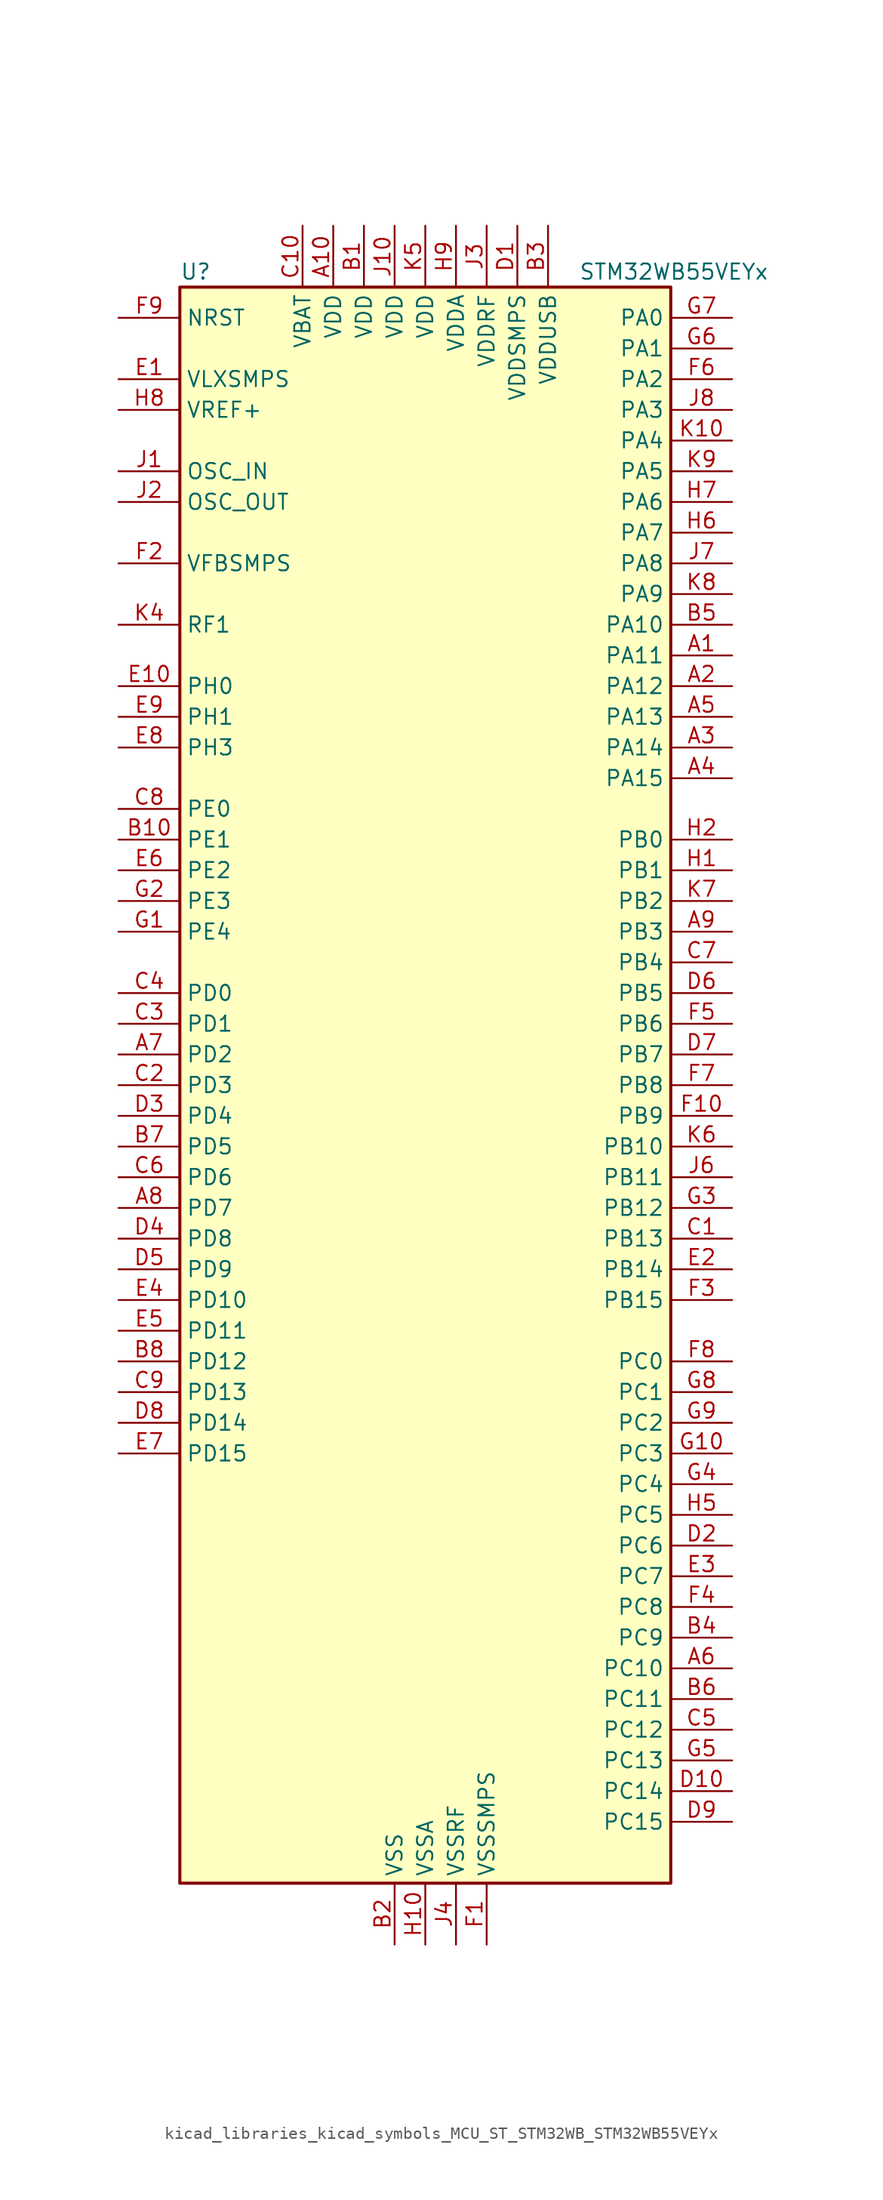
<source format=kicad_sym>
(kicad_symbol_lib
  (version 20220914)
  (generator kicad_symbol_editor)
  (symbol "kicad_libraries_kicad_symbols_MCU_ST_STM32WB_STM32WB55VEYx"
    (property "Reference" "U"
      (at -20.32 67.31 0)
      (effects (font (size 1.27 1.27)) (justify left)))
    (property "Value" "STM32WB55VEYx"
      (at 12.7 67.31 0)
      (effects (font (size 1.27 1.27)) (justify left)))
    (property "ki_locked" ""
      (at 0 0 0)
      (effects (font (size 1.27 1.27))))
    (symbol "kicad_libraries_kicad_symbols_MCU_ST_STM32WB_STM32WB55VEYx_0_1"
      (rectangle (start -20.32 -66.04) (end 20.32 66.04) (stroke (width 0.254) (type default)) (fill (type background))))
    (symbol "kicad_libraries_kicad_symbols_MCU_ST_STM32WB_STM32WB55VEYx_1_1"
      (pin bidirectional line (at 25.4 35.56 180) (length 5.08) (name "PA11" (effects (font (size 1.27 1.27)))) (number "A1" (effects (font (size 1.27 1.27)))) (alternate "ADC1_EXTI11" bidirectional line) (alternate "SPI1_MISO" bidirectional line) (alternate "TIM1_BKIN2" bidirectional line) (alternate "TIM1_CH4" bidirectional line) (alternate "USART1_CTS" bidirectional line) (alternate "USART1_NSS" bidirectional line) (alternate "USB_DM" bidirectional line))
      (pin power_in line (at -7.62 71.12 270) (length 5.08) (name "VDD" (effects (font (size 1.27 1.27)))) (number "A10" (effects (font (size 1.27 1.27)))))
      (pin bidirectional line (at 25.4 33.02 180) (length 5.08) (name "PA12" (effects (font (size 1.27 1.27)))) (number "A2" (effects (font (size 1.27 1.27)))) (alternate "LPUART1_RX" bidirectional line) (alternate "SPI1_MOSI" bidirectional line) (alternate "TIM1_ETR" bidirectional line) (alternate "USART1_DE" bidirectional line) (alternate "USART1_RTS" bidirectional line) (alternate "USB_DP" bidirectional line))
      (pin bidirectional line (at 25.4 27.94 180) (length 5.08) (name "PA14" (effects (font (size 1.27 1.27)))) (number "A3" (effects (font (size 1.27 1.27)))) (alternate "I2C1_SMBA" bidirectional line) (alternate "LCD_SEG5" bidirectional line) (alternate "LPTIM1_OUT" bidirectional line) (alternate "SAI1_FS_B" bidirectional line) (alternate "SYS_JTCK-SWCLK" bidirectional line))
      (pin bidirectional line (at 25.4 25.4 180) (length 5.08) (name "PA15" (effects (font (size 1.27 1.27)))) (number "A4" (effects (font (size 1.27 1.27)))) (alternate "ADC1_EXTI15" bidirectional line) (alternate "LCD_SEG17" bidirectional line) (alternate "RCC_MCO" bidirectional line) (alternate "SPI1_NSS" bidirectional line) (alternate "SYS_JTDI" bidirectional line) (alternate "TIM2_CH1" bidirectional line) (alternate "TIM2_ETR" bidirectional line) (alternate "TSC_G3_IO1" bidirectional line))
      (pin bidirectional line (at 25.4 30.48 180) (length 5.08) (name "PA13" (effects (font (size 1.27 1.27)))) (number "A5" (effects (font (size 1.27 1.27)))) (alternate "IR_OUT" bidirectional line) (alternate "SAI1_SD_B" bidirectional line) (alternate "SYS_JTMS-SWDIO" bidirectional line) (alternate "USB_NOE" bidirectional line))
      (pin bidirectional line (at 25.4 -48.26 180) (length 5.08) (name "PC10" (effects (font (size 1.27 1.27)))) (number "A6" (effects (font (size 1.27 1.27)))) (alternate "LCD_COM4" bidirectional line) (alternate "LCD_SEG28" bidirectional line) (alternate "LCD_SEG40" bidirectional line) (alternate "SYS_TRACED1" bidirectional line) (alternate "TSC_G3_IO2" bidirectional line))
      (pin bidirectional line (at -25.4 2.54 0) (length 5.08) (name "PD2" (effects (font (size 1.27 1.27)))) (number "A7" (effects (font (size 1.27 1.27)))) (alternate "LCD_COM7" bidirectional line) (alternate "LCD_SEG31" bidirectional line) (alternate "LCD_SEG43" bidirectional line) (alternate "SYS_TRACED2" bidirectional line) (alternate "TSC_SYNC" bidirectional line))
      (pin bidirectional line (at -25.4 -10.16 0) (length 5.08) (name "PD7" (effects (font (size 1.27 1.27)))) (number "A8" (effects (font (size 1.27 1.27)))) (alternate "LCD_SEG39" bidirectional line) (alternate "QUADSPI_BK1_IO3" bidirectional line) (alternate "TSC_G5_IO4" bidirectional line))
      (pin bidirectional line (at 25.4 12.7 180) (length 5.08) (name "PB3" (effects (font (size 1.27 1.27)))) (number "A9" (effects (font (size 1.27 1.27)))) (alternate "COMP2_INM" bidirectional line) (alternate "LCD_SEG7" bidirectional line) (alternate "SAI1_SCK_B" bidirectional line) (alternate "SPI1_SCK" bidirectional line) (alternate "SYS_JTDO-SWO" bidirectional line) (alternate "TIM2_CH2" bidirectional line) (alternate "USART1_DE" bidirectional line) (alternate "USART1_RTS" bidirectional line))
      (pin power_in line (at -5.08 71.12 270) (length 5.08) (name "VDD" (effects (font (size 1.27 1.27)))) (number "B1" (effects (font (size 1.27 1.27)))))
      (pin bidirectional line (at -25.4 20.32 0) (length 5.08) (name "PE1" (effects (font (size 1.27 1.27)))) (number "B10" (effects (font (size 1.27 1.27)))) (alternate "LCD_SEG37" bidirectional line) (alternate "TIM17_CH1" bidirectional line) (alternate "TSC_G7_IO2" bidirectional line))
      (pin power_in line (at -2.54 -71.12 90) (length 5.08) (name "VSS" (effects (font (size 1.27 1.27)))) (number "B2" (effects (font (size 1.27 1.27)))))
      (pin power_in line (at 10.16 71.12 270) (length 5.08) (name "VDDUSB" (effects (font (size 1.27 1.27)))) (number "B3" (effects (font (size 1.27 1.27)))))
      (pin bidirectional line (at 25.4 -45.72 180) (length 5.08) (name "PC9" (effects (font (size 1.27 1.27)))) (number "B4" (effects (font (size 1.27 1.27)))) (alternate "LCD_SEG27" bidirectional line) (alternate "SAI1_SCK_B" bidirectional line) (alternate "TIM1_BKIN" bidirectional line) (alternate "TSC_G4_IO4" bidirectional line) (alternate "USB_NOE" bidirectional line))
      (pin bidirectional line (at 25.4 38.1 180) (length 5.08) (name "PA10" (effects (font (size 1.27 1.27)))) (number "B5" (effects (font (size 1.27 1.27)))) (alternate "CRS_SYNC" bidirectional line) (alternate "I2C1_SDA" bidirectional line) (alternate "LCD_COM2" bidirectional line) (alternate "SAI1_D1" bidirectional line) (alternate "SAI1_SD_A" bidirectional line) (alternate "TIM17_BKIN" bidirectional line) (alternate "TIM1_CH3" bidirectional line) (alternate "USART1_RX" bidirectional line))
      (pin bidirectional line (at 25.4 -50.8 180) (length 5.08) (name "PC11" (effects (font (size 1.27 1.27)))) (number "B6" (effects (font (size 1.27 1.27)))) (alternate "ADC1_EXTI11" bidirectional line) (alternate "LCD_COM5" bidirectional line) (alternate "LCD_SEG29" bidirectional line) (alternate "LCD_SEG41" bidirectional line) (alternate "TSC_G3_IO3" bidirectional line))
      (pin bidirectional line (at -25.4 -5.08 0) (length 5.08) (name "PD5" (effects (font (size 1.27 1.27)))) (number "B7" (effects (font (size 1.27 1.27)))) (alternate "QUADSPI_BK1_IO1" bidirectional line) (alternate "SAI1_MCLK_B" bidirectional line) (alternate "TSC_G5_IO2" bidirectional line))
      (pin bidirectional line (at -25.4 -22.86 0) (length 5.08) (name "PD12" (effects (font (size 1.27 1.27)))) (number "B8" (effects (font (size 1.27 1.27)))) (alternate "LCD_SEG32" bidirectional line) (alternate "LPTIM2_IN1" bidirectional line) (alternate "TSC_G6_IO3" bidirectional line))
      (pin passive line (at -2.54 -71.12 90) (length 5.08) hide (name "VSS" (effects (font (size 1.27 1.27)))) (number "B9" (effects (font (size 1.27 1.27)))))
      (pin bidirectional line (at 25.4 -12.7 180) (length 5.08) (name "PB13" (effects (font (size 1.27 1.27)))) (number "C1" (effects (font (size 1.27 1.27)))) (alternate "I2C3_SCL" bidirectional line) (alternate "LCD_SEG13" bidirectional line) (alternate "LPUART1_CTS" bidirectional line) (alternate "SAI1_SCK_A" bidirectional line) (alternate "SPI2_SCK" bidirectional line) (alternate "TIM1_CH1N" bidirectional line) (alternate "TSC_G1_IO2" bidirectional line))
      (pin power_in line (at -10.16 71.12 270) (length 5.08) (name "VBAT" (effects (font (size 1.27 1.27)))) (number "C10" (effects (font (size 1.27 1.27)))))
      (pin bidirectional line (at -25.4 0 0) (length 5.08) (name "PD3" (effects (font (size 1.27 1.27)))) (number "C2" (effects (font (size 1.27 1.27)))) (alternate "QUADSPI_BK1_NCS" bidirectional line) (alternate "SPI2_MISO" bidirectional line) (alternate "SPI2_SCK" bidirectional line))
      (pin bidirectional line (at -25.4 5.08 0) (length 5.08) (name "PD1" (effects (font (size 1.27 1.27)))) (number "C3" (effects (font (size 1.27 1.27)))) (alternate "SPI2_SCK" bidirectional line))
      (pin bidirectional line (at -25.4 7.62 0) (length 5.08) (name "PD0" (effects (font (size 1.27 1.27)))) (number "C4" (effects (font (size 1.27 1.27)))) (alternate "SPI2_NSS" bidirectional line))
      (pin bidirectional line (at 25.4 -53.34 180) (length 5.08) (name "PC12" (effects (font (size 1.27 1.27)))) (number "C5" (effects (font (size 1.27 1.27)))) (alternate "LCD_COM6" bidirectional line) (alternate "LCD_SEG30" bidirectional line) (alternate "LCD_SEG42" bidirectional line) (alternate "RCC_LSCO" bidirectional line) (alternate "RTC_TAMP3" bidirectional line) (alternate "SYS_TRACED3" bidirectional line) (alternate "SYS_WKUP3" bidirectional line) (alternate "TSC_G3_IO4" bidirectional line))
      (pin bidirectional line (at -25.4 -7.62 0) (length 5.08) (name "PD6" (effects (font (size 1.27 1.27)))) (number "C6" (effects (font (size 1.27 1.27)))) (alternate "QUADSPI_BK1_IO2" bidirectional line) (alternate "SAI1_D1" bidirectional line) (alternate "SAI1_SD_A" bidirectional line) (alternate "TSC_G5_IO3" bidirectional line))
      (pin bidirectional line (at 25.4 10.16 180) (length 5.08) (name "PB4" (effects (font (size 1.27 1.27)))) (number "C7" (effects (font (size 1.27 1.27)))) (alternate "COMP2_INP" bidirectional line) (alternate "I2C3_SDA" bidirectional line) (alternate "LCD_SEG8" bidirectional line) (alternate "SAI1_MCLK_B" bidirectional line) (alternate "SPI1_MISO" bidirectional line) (alternate "SYS_JTRST" bidirectional line) (alternate "TIM17_BKIN" bidirectional line) (alternate "TSC_G2_IO1" bidirectional line) (alternate "USART1_CTS" bidirectional line) (alternate "USART1_NSS" bidirectional line))
      (pin bidirectional line (at -25.4 22.86 0) (length 5.08) (name "PE0" (effects (font (size 1.27 1.27)))) (number "C8" (effects (font (size 1.27 1.27)))) (alternate "LCD_SEG36" bidirectional line) (alternate "TIM16_CH1" bidirectional line) (alternate "TIM1_ETR" bidirectional line) (alternate "TSC_G7_IO3" bidirectional line))
      (pin bidirectional line (at -25.4 -25.4 0) (length 5.08) (name "PD13" (effects (font (size 1.27 1.27)))) (number "C9" (effects (font (size 1.27 1.27)))) (alternate "LCD_SEG33" bidirectional line) (alternate "LPTIM2_OUT" bidirectional line) (alternate "TSC_G6_IO4" bidirectional line))
      (pin power_in line (at 7.62 71.12 270) (length 5.08) (name "VDDSMPS" (effects (font (size 1.27 1.27)))) (number "D1" (effects (font (size 1.27 1.27)))))
      (pin bidirectional line (at 25.4 -58.42 180) (length 5.08) (name "PC14" (effects (font (size 1.27 1.27)))) (number "D10" (effects (font (size 1.27 1.27)))) (alternate "RCC_OSC32_IN" bidirectional line))
      (pin bidirectional line (at 25.4 -38.1 180) (length 5.08) (name "PC6" (effects (font (size 1.27 1.27)))) (number "D2" (effects (font (size 1.27 1.27)))) (alternate "LCD_SEG24" bidirectional line) (alternate "TSC_G4_IO1" bidirectional line))
      (pin bidirectional line (at -25.4 -2.54 0) (length 5.08) (name "PD4" (effects (font (size 1.27 1.27)))) (number "D3" (effects (font (size 1.27 1.27)))) (alternate "QUADSPI_BK1_IO0" bidirectional line) (alternate "SPI2_MOSI" bidirectional line) (alternate "TSC_G5_IO1" bidirectional line))
      (pin bidirectional line (at -25.4 -12.7 0) (length 5.08) (name "PD8" (effects (font (size 1.27 1.27)))) (number "D4" (effects (font (size 1.27 1.27)))) (alternate "LCD_SEG28" bidirectional line) (alternate "TIM1_BKIN2" bidirectional line))
      (pin bidirectional line (at -25.4 -15.24 0) (length 5.08) (name "PD9" (effects (font (size 1.27 1.27)))) (number "D5" (effects (font (size 1.27 1.27)))) (alternate "LCD_SEG29" bidirectional line) (alternate "SYS_TRACED0" bidirectional line))
      (pin bidirectional line (at 25.4 7.62 180) (length 5.08) (name "PB5" (effects (font (size 1.27 1.27)))) (number "D6" (effects (font (size 1.27 1.27)))) (alternate "COMP2_OUT" bidirectional line) (alternate "I2C1_SMBA" bidirectional line) (alternate "LCD_SEG9" bidirectional line) (alternate "LPTIM1_IN1" bidirectional line) (alternate "LPUART1_TX" bidirectional line) (alternate "SAI1_SD_B" bidirectional line) (alternate "SPI1_MOSI" bidirectional line) (alternate "TIM16_BKIN" bidirectional line) (alternate "TSC_G2_IO2" bidirectional line) (alternate "USART1_CK" bidirectional line))
      (pin bidirectional line (at 25.4 2.54 180) (length 5.08) (name "PB7" (effects (font (size 1.27 1.27)))) (number "D7" (effects (font (size 1.27 1.27)))) (alternate "COMP2_INM" bidirectional line) (alternate "I2C1_SDA" bidirectional line) (alternate "LCD_SEG21" bidirectional line) (alternate "LPTIM1_IN2" bidirectional line) (alternate "SYS_PVD_IN" bidirectional line) (alternate "TIM17_CH1N" bidirectional line) (alternate "TIM1_BKIN" bidirectional line) (alternate "TSC_G2_IO4" bidirectional line) (alternate "USART1_RX" bidirectional line))
      (pin bidirectional line (at -25.4 -27.94 0) (length 5.08) (name "PD14" (effects (font (size 1.27 1.27)))) (number "D8" (effects (font (size 1.27 1.27)))) (alternate "LCD_SEG34" bidirectional line) (alternate "TIM1_CH1" bidirectional line))
      (pin bidirectional line (at 25.4 -60.96 180) (length 5.08) (name "PC15" (effects (font (size 1.27 1.27)))) (number "D9" (effects (font (size 1.27 1.27)))) (alternate "ADC1_EXTI15" bidirectional line) (alternate "RCC_OSC32_OUT" bidirectional line))
      (pin power_in line (at -25.4 58.42 0) (length 5.08) (name "VLXSMPS" (effects (font (size 1.27 1.27)))) (number "E1" (effects (font (size 1.27 1.27)))))
      (pin bidirectional line (at -25.4 33.02 0) (length 5.08) (name "PH0" (effects (font (size 1.27 1.27)))) (number "E10" (effects (font (size 1.27 1.27)))))
      (pin bidirectional line (at 25.4 -15.24 180) (length 5.08) (name "PB14" (effects (font (size 1.27 1.27)))) (number "E2" (effects (font (size 1.27 1.27)))) (alternate "I2C3_SDA" bidirectional line) (alternate "LCD_SEG14" bidirectional line) (alternate "SAI1_MCLK_A" bidirectional line) (alternate "SPI2_MISO" bidirectional line) (alternate "TIM1_CH2N" bidirectional line) (alternate "TSC_G1_IO3" bidirectional line))
      (pin bidirectional line (at 25.4 -40.64 180) (length 5.08) (name "PC7" (effects (font (size 1.27 1.27)))) (number "E3" (effects (font (size 1.27 1.27)))) (alternate "LCD_SEG25" bidirectional line) (alternate "TSC_G4_IO2" bidirectional line))
      (pin bidirectional line (at -25.4 -17.78 0) (length 5.08) (name "PD10" (effects (font (size 1.27 1.27)))) (number "E4" (effects (font (size 1.27 1.27)))) (alternate "LCD_SEG30" bidirectional line) (alternate "SYS_TRIG_INOUT" bidirectional line) (alternate "TSC_G6_IO1" bidirectional line))
      (pin bidirectional line (at -25.4 -20.32 0) (length 5.08) (name "PD11" (effects (font (size 1.27 1.27)))) (number "E5" (effects (font (size 1.27 1.27)))) (alternate "ADC1_EXTI11" bidirectional line) (alternate "LCD_SEG31" bidirectional line) (alternate "LPTIM2_ETR" bidirectional line) (alternate "TSC_G6_IO2" bidirectional line))
      (pin bidirectional line (at -25.4 17.78 0) (length 5.08) (name "PE2" (effects (font (size 1.27 1.27)))) (number "E6" (effects (font (size 1.27 1.27)))) (alternate "LCD_SEG38" bidirectional line) (alternate "SAI1_CK1" bidirectional line) (alternate "SAI1_MCLK_A" bidirectional line) (alternate "SYS_TRACECLK" bidirectional line) (alternate "TSC_G7_IO1" bidirectional line))
      (pin bidirectional line (at -25.4 -30.48 0) (length 5.08) (name "PD15" (effects (font (size 1.27 1.27)))) (number "E7" (effects (font (size 1.27 1.27)))) (alternate "ADC1_EXTI15" bidirectional line) (alternate "LCD_SEG35" bidirectional line) (alternate "TIM1_CH2" bidirectional line))
      (pin bidirectional line (at -25.4 27.94 0) (length 5.08) (name "PH3" (effects (font (size 1.27 1.27)))) (number "E8" (effects (font (size 1.27 1.27)))) (alternate "RCC_LSCO" bidirectional line))
      (pin bidirectional line (at -25.4 30.48 0) (length 5.08) (name "PH1" (effects (font (size 1.27 1.27)))) (number "E9" (effects (font (size 1.27 1.27)))))
      (pin power_in line (at 5.08 -71.12 90) (length 5.08) (name "VSSSMPS" (effects (font (size 1.27 1.27)))) (number "F1" (effects (font (size 1.27 1.27)))))
      (pin bidirectional line (at 25.4 -2.54 180) (length 5.08) (name "PB9" (effects (font (size 1.27 1.27)))) (number "F10" (effects (font (size 1.27 1.27)))) (alternate "I2C1_SDA" bidirectional line) (alternate "IR_OUT" bidirectional line) (alternate "LCD_COM3" bidirectional line) (alternate "QUADSPI_BK1_IO0" bidirectional line) (alternate "SAI1_D2" bidirectional line) (alternate "SAI1_FS_A" bidirectional line) (alternate "SPI2_NSS" bidirectional line) (alternate "TIM17_CH1" bidirectional line) (alternate "TIM1_CH3N" bidirectional line) (alternate "TSC_G7_IO4" bidirectional line))
      (pin input line (at -25.4 43.18 0) (length 5.08) (name "VFBSMPS" (effects (font (size 1.27 1.27)))) (number "F2" (effects (font (size 1.27 1.27)))))
      (pin bidirectional line (at 25.4 -17.78 180) (length 5.08) (name "PB15" (effects (font (size 1.27 1.27)))) (number "F3" (effects (font (size 1.27 1.27)))) (alternate "ADC1_EXTI15" bidirectional line) (alternate "LCD_SEG15" bidirectional line) (alternate "RTC_REFIN" bidirectional line) (alternate "SAI1_SD_A" bidirectional line) (alternate "SPI2_MOSI" bidirectional line) (alternate "TIM1_CH3N" bidirectional line) (alternate "TSC_G1_IO4" bidirectional line))
      (pin bidirectional line (at 25.4 -43.18 180) (length 5.08) (name "PC8" (effects (font (size 1.27 1.27)))) (number "F4" (effects (font (size 1.27 1.27)))) (alternate "LCD_SEG26" bidirectional line) (alternate "TSC_G4_IO3" bidirectional line))
      (pin bidirectional line (at 25.4 5.08 180) (length 5.08) (name "PB6" (effects (font (size 1.27 1.27)))) (number "F5" (effects (font (size 1.27 1.27)))) (alternate "COMP2_INP" bidirectional line) (alternate "I2C1_SCL" bidirectional line) (alternate "LCD_SEG6" bidirectional line) (alternate "LPTIM1_ETR" bidirectional line) (alternate "RCC_MCO" bidirectional line) (alternate "SAI1_FS_B" bidirectional line) (alternate "TIM16_CH1N" bidirectional line) (alternate "TSC_G2_IO3" bidirectional line) (alternate "USART1_TX" bidirectional line))
      (pin bidirectional line (at 25.4 58.42 180) (length 5.08) (name "PA2" (effects (font (size 1.27 1.27)))) (number "F6" (effects (font (size 1.27 1.27)))) (alternate "ADC1_IN7" bidirectional line) (alternate "COMP2_INM" bidirectional line) (alternate "COMP2_OUT" bidirectional line) (alternate "LCD_SEG1" bidirectional line) (alternate "LPUART1_TX" bidirectional line) (alternate "QUADSPI_BK1_NCS" bidirectional line) (alternate "RCC_LSCO" bidirectional line) (alternate "SYS_WKUP4" bidirectional line) (alternate "TIM2_CH3" bidirectional line))
      (pin bidirectional line (at 25.4 0 180) (length 5.08) (name "PB8" (effects (font (size 1.27 1.27)))) (number "F7" (effects (font (size 1.27 1.27)))) (alternate "I2C1_SCL" bidirectional line) (alternate "LCD_SEG16" bidirectional line) (alternate "QUADSPI_BK1_IO1" bidirectional line) (alternate "SAI1_CK1" bidirectional line) (alternate "SAI1_MCLK_A" bidirectional line) (alternate "TIM16_CH1" bidirectional line) (alternate "TIM1_CH2N" bidirectional line))
      (pin bidirectional line (at 25.4 -22.86 180) (length 5.08) (name "PC0" (effects (font (size 1.27 1.27)))) (number "F8" (effects (font (size 1.27 1.27)))) (alternate "ADC1_IN1" bidirectional line) (alternate "I2C3_SCL" bidirectional line) (alternate "LCD_SEG18" bidirectional line) (alternate "LPTIM1_IN1" bidirectional line) (alternate "LPTIM2_IN1" bidirectional line) (alternate "LPUART1_RX" bidirectional line))
      (pin input line (at -25.4 63.5 0) (length 5.08) (name "NRST" (effects (font (size 1.27 1.27)))) (number "F9" (effects (font (size 1.27 1.27)))))
      (pin bidirectional line (at -25.4 12.7 0) (length 5.08) (name "PE4" (effects (font (size 1.27 1.27)))) (number "G1" (effects (font (size 1.27 1.27)))))
      (pin bidirectional line (at 25.4 -30.48 180) (length 5.08) (name "PC3" (effects (font (size 1.27 1.27)))) (number "G10" (effects (font (size 1.27 1.27)))) (alternate "ADC1_IN4" bidirectional line) (alternate "LCD_VLCD" bidirectional line) (alternate "LPTIM1_ETR" bidirectional line) (alternate "LPTIM2_ETR" bidirectional line) (alternate "SAI1_D1" bidirectional line) (alternate "SAI1_SD_A" bidirectional line) (alternate "SPI2_MOSI" bidirectional line))
      (pin bidirectional line (at -25.4 15.24 0) (length 5.08) (name "PE3" (effects (font (size 1.27 1.27)))) (number "G2" (effects (font (size 1.27 1.27)))))
      (pin bidirectional line (at 25.4 -10.16 180) (length 5.08) (name "PB12" (effects (font (size 1.27 1.27)))) (number "G3" (effects (font (size 1.27 1.27)))) (alternate "I2C3_SMBA" bidirectional line) (alternate "LCD_SEG12" bidirectional line) (alternate "LPUART1_DE" bidirectional line) (alternate "LPUART1_RTS" bidirectional line) (alternate "SAI1_FS_A" bidirectional line) (alternate "SPI2_NSS" bidirectional line) (alternate "TIM1_BKIN" bidirectional line) (alternate "TSC_G1_IO1" bidirectional line))
      (pin bidirectional line (at 25.4 -33.02 180) (length 5.08) (name "PC4" (effects (font (size 1.27 1.27)))) (number "G4" (effects (font (size 1.27 1.27)))) (alternate "ADC1_IN13" bidirectional line) (alternate "COMP1_INM" bidirectional line) (alternate "LCD_SEG22" bidirectional line))
      (pin bidirectional line (at 25.4 -55.88 180) (length 5.08) (name "PC13" (effects (font (size 1.27 1.27)))) (number "G5" (effects (font (size 1.27 1.27)))) (alternate "RTC_OUT1" bidirectional line) (alternate "RTC_TAMP1" bidirectional line) (alternate "RTC_TS" bidirectional line) (alternate "SYS_WKUP2" bidirectional line))
      (pin bidirectional line (at 25.4 60.96 180) (length 5.08) (name "PA1" (effects (font (size 1.27 1.27)))) (number "G6" (effects (font (size 1.27 1.27)))) (alternate "ADC1_IN6" bidirectional line) (alternate "COMP1_INP" bidirectional line) (alternate "I2C1_SMBA" bidirectional line) (alternate "LCD_SEG0" bidirectional line) (alternate "SPI1_SCK" bidirectional line) (alternate "TIM2_CH2" bidirectional line))
      (pin bidirectional line (at 25.4 63.5 180) (length 5.08) (name "PA0" (effects (font (size 1.27 1.27)))) (number "G7" (effects (font (size 1.27 1.27)))) (alternate "ADC1_IN5" bidirectional line) (alternate "COMP1_INM" bidirectional line) (alternate "COMP1_OUT" bidirectional line) (alternate "RTC_TAMP2" bidirectional line) (alternate "SAI1_EXTCLK" bidirectional line) (alternate "SYS_WKUP1" bidirectional line) (alternate "TIM2_CH1" bidirectional line) (alternate "TIM2_ETR" bidirectional line))
      (pin bidirectional line (at 25.4 -25.4 180) (length 5.08) (name "PC1" (effects (font (size 1.27 1.27)))) (number "G8" (effects (font (size 1.27 1.27)))) (alternate "ADC1_IN2" bidirectional line) (alternate "I2C3_SDA" bidirectional line) (alternate "LCD_SEG19" bidirectional line) (alternate "LPTIM1_OUT" bidirectional line) (alternate "LPUART1_TX" bidirectional line) (alternate "SPI2_MOSI" bidirectional line))
      (pin bidirectional line (at 25.4 -27.94 180) (length 5.08) (name "PC2" (effects (font (size 1.27 1.27)))) (number "G9" (effects (font (size 1.27 1.27)))) (alternate "ADC1_IN3" bidirectional line) (alternate "LCD_SEG20" bidirectional line) (alternate "LPTIM1_IN2" bidirectional line) (alternate "SPI2_MISO" bidirectional line))
      (pin bidirectional line (at 25.4 17.78 180) (length 5.08) (name "PB1" (effects (font (size 1.27 1.27)))) (number "H1" (effects (font (size 1.27 1.27)))) (alternate "LPTIM2_IN1" bidirectional line) (alternate "LPUART1_DE" bidirectional line) (alternate "LPUART1_RTS" bidirectional line))
      (pin power_in line (at 0 -71.12 90) (length 5.08) (name "VSSA" (effects (font (size 1.27 1.27)))) (number "H10" (effects (font (size 1.27 1.27)))))
      (pin bidirectional line (at 25.4 20.32 180) (length 5.08) (name "PB0" (effects (font (size 1.27 1.27)))) (number "H2" (effects (font (size 1.27 1.27)))) (alternate "COMP1_OUT" bidirectional line) (alternate "RF_TX_MOD_EXT_PA" bidirectional line))
      (pin no_connect line (at -20.32 -66.04 0) (length 5.08) hide (name "AT0" (effects (font (size 1.27 1.27)))) (number "H3" (effects (font (size 1.27 1.27)))))
      (pin no_connect line (at -20.32 -63.5 0) (length 5.08) hide (name "AT1" (effects (font (size 1.27 1.27)))) (number "H4" (effects (font (size 1.27 1.27)))))
      (pin bidirectional line (at 25.4 -35.56 180) (length 5.08) (name "PC5" (effects (font (size 1.27 1.27)))) (number "H5" (effects (font (size 1.27 1.27)))) (alternate "ADC1_IN14" bidirectional line) (alternate "COMP1_INP" bidirectional line) (alternate "LCD_SEG23" bidirectional line) (alternate "SAI1_D3" bidirectional line) (alternate "SYS_WKUP5" bidirectional line))
      (pin bidirectional line (at 25.4 45.72 180) (length 5.08) (name "PA7" (effects (font (size 1.27 1.27)))) (number "H6" (effects (font (size 1.27 1.27)))) (alternate "ADC1_IN12" bidirectional line) (alternate "COMP2_OUT" bidirectional line) (alternate "I2C3_SCL" bidirectional line) (alternate "LCD_SEG4" bidirectional line) (alternate "QUADSPI_BK1_IO2" bidirectional line) (alternate "SPI1_MOSI" bidirectional line) (alternate "TIM17_CH1" bidirectional line) (alternate "TIM1_CH1N" bidirectional line))
      (pin bidirectional line (at 25.4 48.26 180) (length 5.08) (name "PA6" (effects (font (size 1.27 1.27)))) (number "H7" (effects (font (size 1.27 1.27)))) (alternate "ADC1_IN11" bidirectional line) (alternate "LCD_SEG3" bidirectional line) (alternate "LPUART1_CTS" bidirectional line) (alternate "QUADSPI_BK1_IO3" bidirectional line) (alternate "SPI1_MISO" bidirectional line) (alternate "TIM16_CH1" bidirectional line) (alternate "TIM1_BKIN" bidirectional line))
      (pin input line (at -25.4 55.88 0) (length 5.08) (name "VREF+" (effects (font (size 1.27 1.27)))) (number "H8" (effects (font (size 1.27 1.27)))) (alternate "VREFBUF_OUT" bidirectional line))
      (pin power_in line (at 2.54 71.12 270) (length 5.08) (name "VDDA" (effects (font (size 1.27 1.27)))) (number "H9" (effects (font (size 1.27 1.27)))))
      (pin input line (at -25.4 50.8 0) (length 5.08) (name "OSC_IN" (effects (font (size 1.27 1.27)))) (number "J1" (effects (font (size 1.27 1.27)))) (alternate "RCC_OSC_IN" bidirectional line))
      (pin power_in line (at -2.54 71.12 270) (length 5.08) (name "VDD" (effects (font (size 1.27 1.27)))) (number "J10" (effects (font (size 1.27 1.27)))))
      (pin input line (at -25.4 48.26 0) (length 5.08) (name "OSC_OUT" (effects (font (size 1.27 1.27)))) (number "J2" (effects (font (size 1.27 1.27)))) (alternate "RCC_OSC_OUT" bidirectional line))
      (pin power_in line (at 5.08 71.12 270) (length 5.08) (name "VDDRF" (effects (font (size 1.27 1.27)))) (number "J3" (effects (font (size 1.27 1.27)))))
      (pin power_in line (at 2.54 -71.12 90) (length 5.08) (name "VSSRF" (effects (font (size 1.27 1.27)))) (number "J4" (effects (font (size 1.27 1.27)))))
      (pin passive line (at -2.54 -71.12 90) (length 5.08) hide (name "VSS" (effects (font (size 1.27 1.27)))) (number "J5" (effects (font (size 1.27 1.27)))))
      (pin bidirectional line (at 25.4 -7.62 180) (length 5.08) (name "PB11" (effects (font (size 1.27 1.27)))) (number "J6" (effects (font (size 1.27 1.27)))) (alternate "ADC1_EXTI11" bidirectional line) (alternate "COMP2_OUT" bidirectional line) (alternate "I2C3_SDA" bidirectional line) (alternate "LCD_SEG11" bidirectional line) (alternate "LPUART1_TX" bidirectional line) (alternate "QUADSPI_BK1_NCS" bidirectional line) (alternate "TIM2_CH4" bidirectional line))
      (pin bidirectional line (at 25.4 43.18 180) (length 5.08) (name "PA8" (effects (font (size 1.27 1.27)))) (number "J7" (effects (font (size 1.27 1.27)))) (alternate "ADC1_IN15" bidirectional line) (alternate "LCD_COM0" bidirectional line) (alternate "LPTIM2_OUT" bidirectional line) (alternate "RCC_MCO" bidirectional line) (alternate "SAI1_CK2" bidirectional line) (alternate "SAI1_SCK_A" bidirectional line) (alternate "TIM1_CH1" bidirectional line) (alternate "USART1_CK" bidirectional line))
      (pin bidirectional line (at 25.4 55.88 180) (length 5.08) (name "PA3" (effects (font (size 1.27 1.27)))) (number "J8" (effects (font (size 1.27 1.27)))) (alternate "ADC1_IN8" bidirectional line) (alternate "COMP2_INP" bidirectional line) (alternate "LCD_SEG2" bidirectional line) (alternate "LPUART1_RX" bidirectional line) (alternate "QUADSPI_CLK" bidirectional line) (alternate "SAI1_CK1" bidirectional line) (alternate "SAI1_MCLK_A" bidirectional line) (alternate "TIM2_CH4" bidirectional line))
      (pin passive line (at -2.54 -71.12 90) (length 5.08) hide (name "VSS" (effects (font (size 1.27 1.27)))) (number "J9" (effects (font (size 1.27 1.27)))))
      (pin passive line (at 2.54 -71.12 90) (length 5.08) hide (name "VSSRF" (effects (font (size 1.27 1.27)))) (number "K1" (effects (font (size 1.27 1.27)))))
      (pin bidirectional line (at 25.4 53.34 180) (length 5.08) (name "PA4" (effects (font (size 1.27 1.27)))) (number "K10" (effects (font (size 1.27 1.27)))) (alternate "ADC1_IN9" bidirectional line) (alternate "COMP1_INM" bidirectional line) (alternate "COMP2_INM" bidirectional line) (alternate "LCD_SEG5" bidirectional line) (alternate "LPTIM2_OUT" bidirectional line) (alternate "SAI1_FS_B" bidirectional line) (alternate "SPI1_NSS" bidirectional line))
      (pin passive line (at 2.54 -71.12 90) (length 5.08) hide (name "VSSRF" (effects (font (size 1.27 1.27)))) (number "K2" (effects (font (size 1.27 1.27)))))
      (pin passive line (at 2.54 -71.12 90) (length 5.08) hide (name "VSSRF" (effects (font (size 1.27 1.27)))) (number "K3" (effects (font (size 1.27 1.27)))))
      (pin bidirectional line (at -25.4 38.1 0) (length 5.08) (name "RF1" (effects (font (size 1.27 1.27)))) (number "K4" (effects (font (size 1.27 1.27)))) (alternate "RF_RF1" bidirectional line))
      (pin power_in line (at 0 71.12 270) (length 5.08) (name "VDD" (effects (font (size 1.27 1.27)))) (number "K5" (effects (font (size 1.27 1.27)))))
      (pin bidirectional line (at 25.4 -5.08 180) (length 5.08) (name "PB10" (effects (font (size 1.27 1.27)))) (number "K6" (effects (font (size 1.27 1.27)))) (alternate "COMP1_OUT" bidirectional line) (alternate "I2C3_SCL" bidirectional line) (alternate "LCD_SEG10" bidirectional line) (alternate "LPUART1_RX" bidirectional line) (alternate "QUADSPI_CLK" bidirectional line) (alternate "SAI1_SCK_A" bidirectional line) (alternate "SPI2_SCK" bidirectional line) (alternate "TIM2_CH3" bidirectional line) (alternate "TSC_SYNC" bidirectional line))
      (pin bidirectional line (at 25.4 15.24 180) (length 5.08) (name "PB2" (effects (font (size 1.27 1.27)))) (number "K7" (effects (font (size 1.27 1.27)))) (alternate "COMP1_INP" bidirectional line) (alternate "I2C3_SMBA" bidirectional line) (alternate "LCD_VLCD" bidirectional line) (alternate "LPTIM1_OUT" bidirectional line) (alternate "RTC_OUT2" bidirectional line) (alternate "SAI1_EXTCLK" bidirectional line) (alternate "SPI1_NSS" bidirectional line))
      (pin bidirectional line (at 25.4 40.64 180) (length 5.08) (name "PA9" (effects (font (size 1.27 1.27)))) (number "K8" (effects (font (size 1.27 1.27)))) (alternate "ADC1_IN16" bidirectional line) (alternate "COMP1_INM" bidirectional line) (alternate "I2C1_SCL" bidirectional line) (alternate "LCD_COM1" bidirectional line) (alternate "SAI1_D2" bidirectional line) (alternate "SAI1_FS_A" bidirectional line) (alternate "SPI2_SCK" bidirectional line) (alternate "TIM1_CH2" bidirectional line) (alternate "USART1_TX" bidirectional line))
      (pin bidirectional line (at 25.4 50.8 180) (length 5.08) (name "PA5" (effects (font (size 1.27 1.27)))) (number "K9" (effects (font (size 1.27 1.27)))) (alternate "ADC1_IN10" bidirectional line) (alternate "COMP1_INM" bidirectional line) (alternate "COMP2_INM" bidirectional line) (alternate "LPTIM2_ETR" bidirectional line) (alternate "SAI1_SD_B" bidirectional line) (alternate "SPI1_SCK" bidirectional line) (alternate "TIM2_CH1" bidirectional line) (alternate "TIM2_ETR" bidirectional line)))))
</source>
